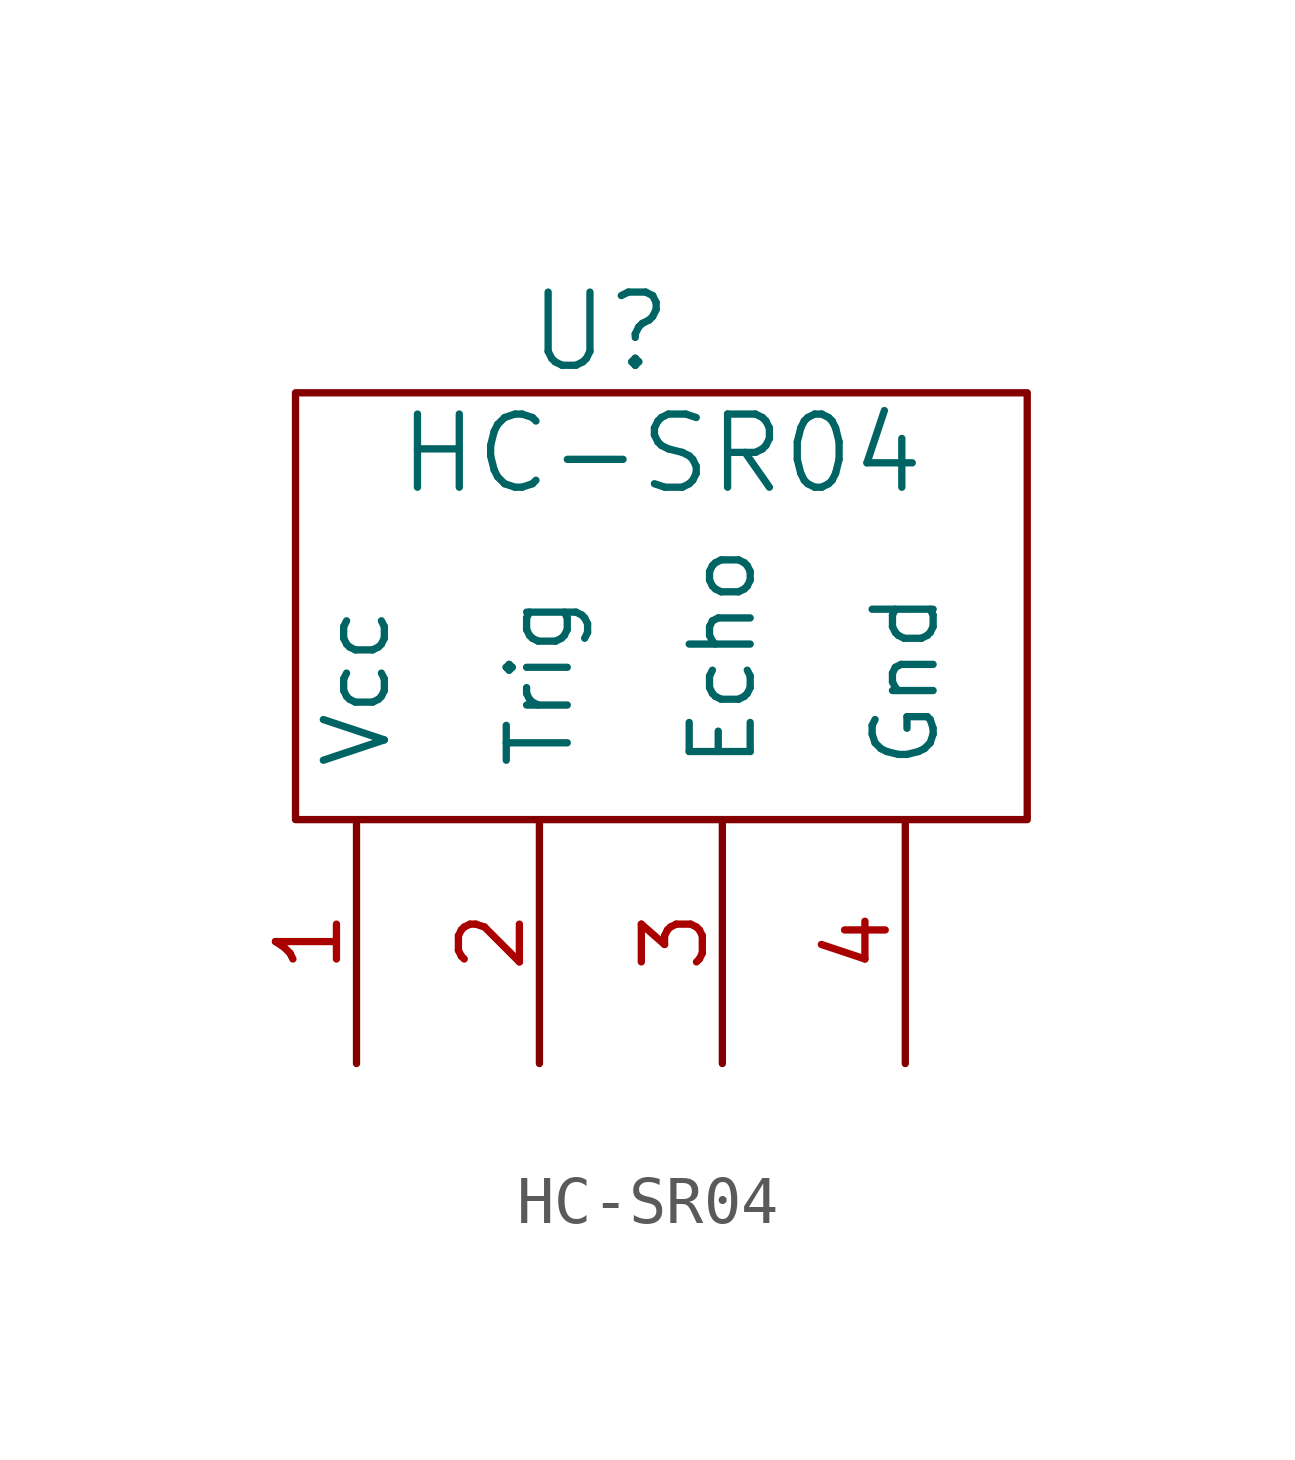
<source format=kicad_sym>
(kicad_symbol_lib
  (version 20220331)
  (generator kicad_symbol_editor)
  (symbol "HC-SR04"
    (pin_names
      (offset 1.016))
    (property "Reference" "U"
      (at -1.27 6.35 0)
      (effects (font (size 1.524 1.524))))
    (property "Value" "HC-SR04"
      (at 0 3.81 0)
      (effects (font (size 1.524 1.524))))
    (property "Footprint" ""
      (at 2.54 1.27 0)
      (effects (font (size 1.524 1.524))))
    (property "Datasheet" ""
      (at 2.54 1.27 0)
      (effects (font (size 1.524 1.524))))
    (symbol "HC-SR04_0_1"
      (rectangle (start 7.62 -3.81) (end -7.62 5.08) (stroke (width 0) (type solid)) (fill (type none))))
    (symbol "HC-SR04_1_1"
      (pin power_in line (at -6.35 -8.89 90) (length 5.08) (name "Vcc" (effects (font (size 1.27 1.27)))) (number "1" (effects (font (size 1.27 1.27)))))
      (pin power_in line (at -2.54 -8.89 90) (length 5.08) (name "Trig" (effects (font (size 1.27 1.27)))) (number "2" (effects (font (size 1.27 1.27)))))
      (pin input line (at 1.27 -8.89 90) (length 5.08) (name "Echo" (effects (font (size 1.27 1.27)))) (number "3" (effects (font (size 1.27 1.27)))))
      (pin output line (at 5.08 -8.89 90) (length 5.08) (name "Gnd" (effects (font (size 1.27 1.27)))) (number "4" (effects (font (size 1.27 1.27))))))))
</source>
